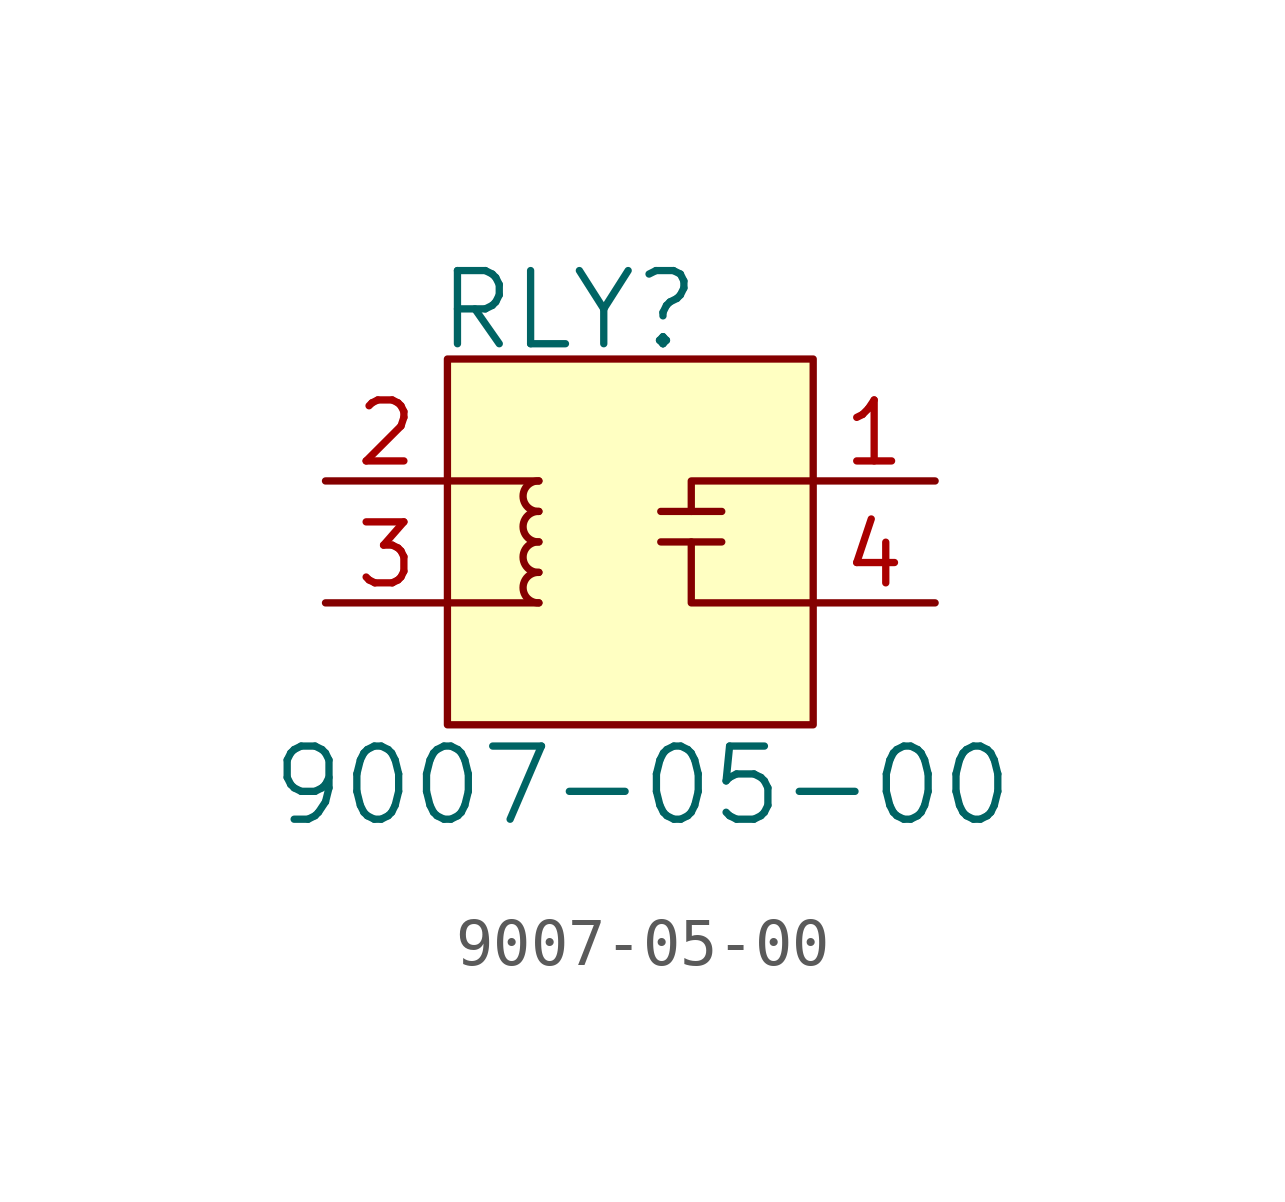
<source format=kicad_sym>
(kicad_symbol_lib
  (version 20201005)
  (generator kicad_symbol_editor)
  (symbol "9007-05-00"
    (pin_names
      (offset 1.016))
    (property "Reference" "RLY"
      (at -3.556 4.826 0)
      (effects (font (size 1.524 1.524)) (justify left)))
    (property "Value" "9007-05-00"
      (at 0.762 -5.08 0)
      (effects (font (size 1.524 1.524))))
    (symbol "9007-05-00_0_1"
      (arc (start -1.397 -0.635) (end -1.397 -1.27) (radius (at -1.397 -0.9398) (length 0.3048) (angles 90.1 -90.1)) (stroke (width 0)) (fill (type none)))
      (arc (start -1.397 0) (end -1.397 -0.635) (radius (at -1.397 -0.3048) (length 0.3048) (angles 90.1 -90.1)) (stroke (width 0)) (fill (type none)))
      (arc (start -1.397 0.635) (end -1.397 0) (radius (at -1.397 0.3302) (length 0.3048) (angles 90.1 -90.1)) (stroke (width 0)) (fill (type none)))
      (arc (start -1.397 1.27) (end -1.397 0.635) (radius (at -1.397 0.9652) (length 0.3048) (angles 90.1 -90.1)) (stroke (width 0)) (fill (type none)))
      (rectangle (start -3.302 3.81) (end 4.318 -3.81) (stroke (width 0)) (fill (type background)))
      (polyline (pts (xy -3.302 -1.27) (xy -1.397 -1.27)) (stroke (width 0)) (fill (type none)))
      (polyline (pts (xy -1.397 1.27) (xy -3.302 1.27)) (stroke (width 0)) (fill (type none)))
      (polyline (pts (xy 1.143 0.635) (xy 2.413 0.635)) (stroke (width 0)) (fill (type none)))
      (polyline (pts (xy 2.413 0) (xy 1.143 0)) (stroke (width 0)) (fill (type none)))
      (polyline (pts (xy 1.778 0) (xy 1.778 -1.27) (xy 4.318 -1.27)) (stroke (width 0)) (fill (type none)))
      (polyline (pts (xy 4.318 1.27) (xy 1.778 1.27) (xy 1.778 0.635)) (stroke (width 0)) (fill (type none))))
    (symbol "9007-05-00_1_1"
      (pin passive line (at 6.858 1.27 180) (length 2.54) (name "~" (effects (font (size 1.27 1.27)))) (number "1" (effects (font (size 1.27 1.27)))))
      (pin power_in line (at -5.842 1.27 0) (length 2.54) (name "~" (effects (font (size 1.27 1.27)))) (number "2" (effects (font (size 1.27 1.27)))))
      (pin power_in line (at -5.842 -1.27 0) (length 2.54) (name "~" (effects (font (size 1.27 1.27)))) (number "3" (effects (font (size 1.27 1.27)))))
      (pin passive line (at 6.858 -1.27 180) (length 2.54) (name "~" (effects (font (size 1.27 1.27)))) (number "4" (effects (font (size 1.27 1.27))))))))
</source>
